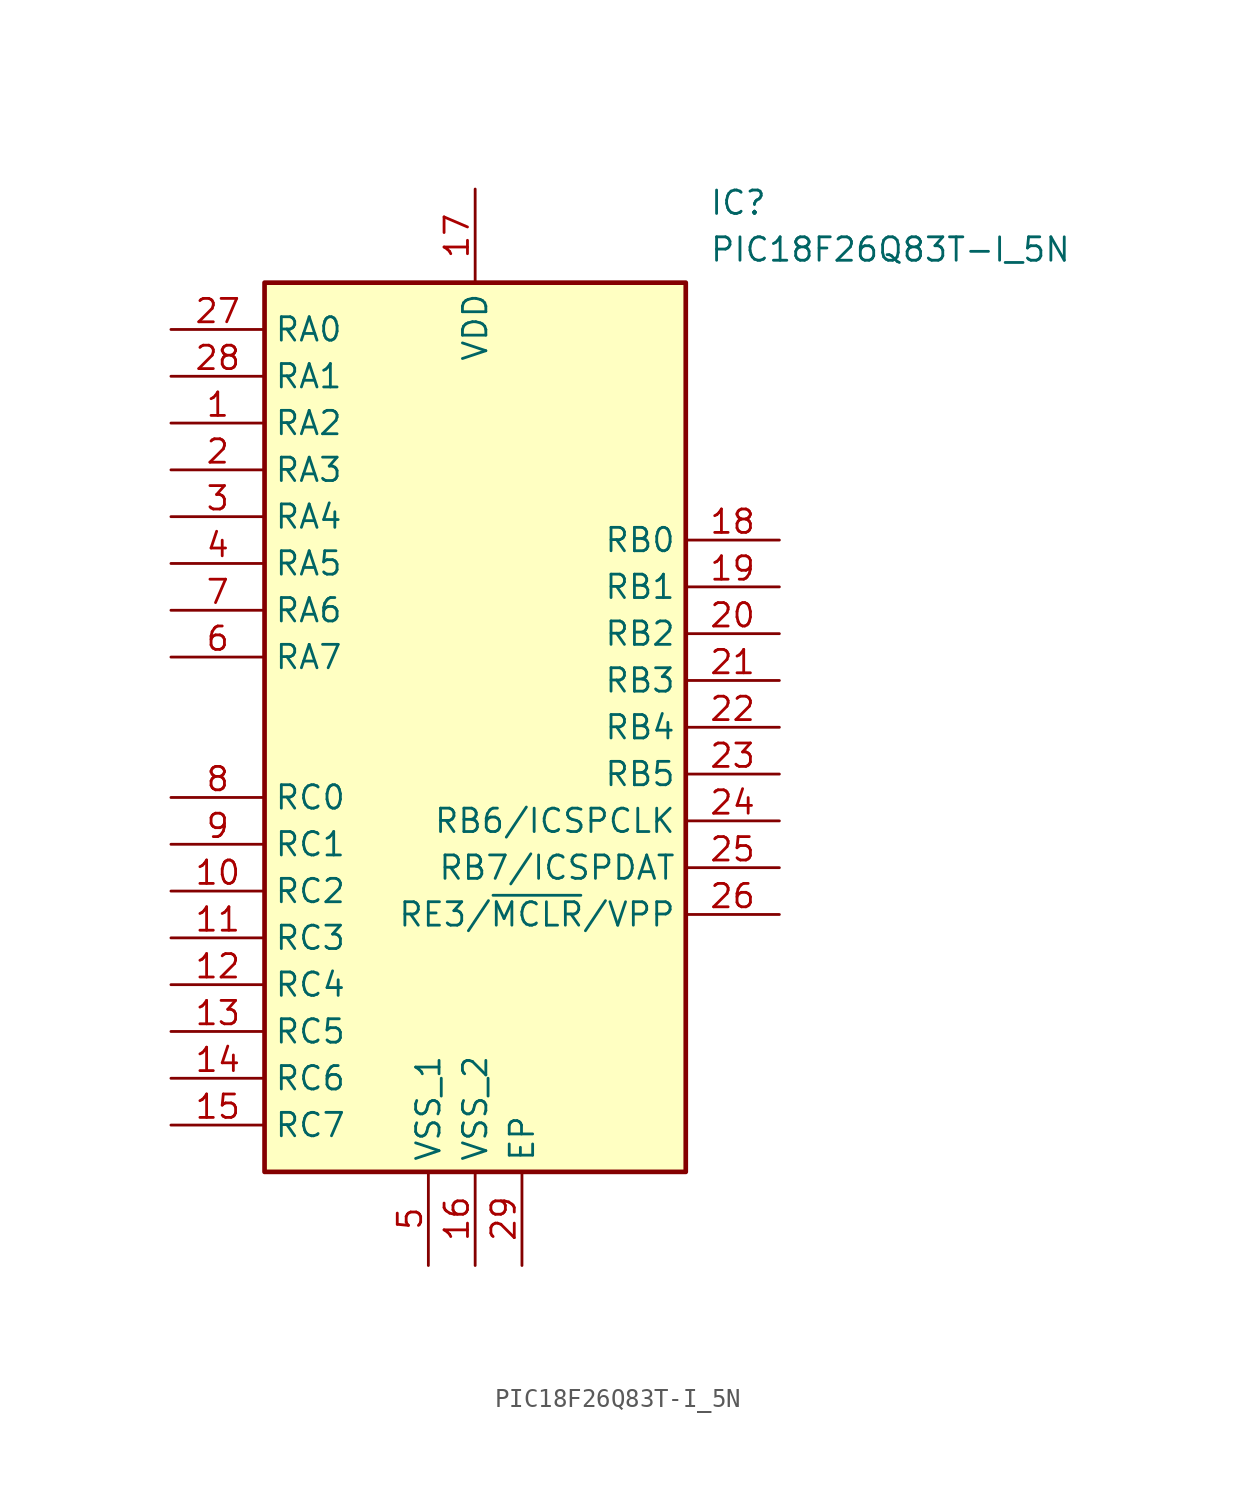
<source format=kicad_sym>
(kicad_symbol_lib
  (version 20241209)
  (generator "kicad_symbol_editor")
  (generator_version "9.0")
  (symbol "PIC18F26Q83T-I_5N"
    (property "Reference" "IC"
      (at 29.21 27.94 0)
      (effects (font (size 1.27 1.27)) (justify left top)))
    (property "Value" "PIC18F26Q83T-I_5N"
      (at 29.21 25.4 0)
      (effects (font (size 1.27 1.27)) (justify left top)))
    (symbol "PIC18F26Q83T-I_5N_1_1"
      (rectangle (start 5.08 22.86) (end 27.94 -25.4) (stroke (width 0.254) (type default)) (fill (type background)))
      (pin passive line (at 0 20.32 0) (length 5.08) (name "RA0" (effects (font (size 1.27 1.27)))) (number "27" (effects (font (size 1.27 1.27)))))
      (pin passive line (at 0 17.78 0) (length 5.08) (name "RA1" (effects (font (size 1.27 1.27)))) (number "28" (effects (font (size 1.27 1.27)))))
      (pin passive line (at 0 15.24 0) (length 5.08) (name "RA2" (effects (font (size 1.27 1.27)))) (number "1" (effects (font (size 1.27 1.27)))))
      (pin passive line (at 0 12.7 0) (length 5.08) (name "RA3" (effects (font (size 1.27 1.27)))) (number "2" (effects (font (size 1.27 1.27)))))
      (pin passive line (at 0 10.16 0) (length 5.08) (name "RA4" (effects (font (size 1.27 1.27)))) (number "3" (effects (font (size 1.27 1.27)))))
      (pin passive line (at 0 7.62 0) (length 5.08) (name "RA5" (effects (font (size 1.27 1.27)))) (number "4" (effects (font (size 1.27 1.27)))))
      (pin passive line (at 0 5.08 0) (length 5.08) (name "RA6" (effects (font (size 1.27 1.27)))) (number "7" (effects (font (size 1.27 1.27)))))
      (pin passive line (at 0 2.54 0) (length 5.08) (name "RA7" (effects (font (size 1.27 1.27)))) (number "6" (effects (font (size 1.27 1.27)))))
      (pin passive line (at 0 -5.08 0) (length 5.08) (name "RC0" (effects (font (size 1.27 1.27)))) (number "8" (effects (font (size 1.27 1.27)))))
      (pin passive line (at 0 -7.62 0) (length 5.08) (name "RC1" (effects (font (size 1.27 1.27)))) (number "9" (effects (font (size 1.27 1.27)))))
      (pin passive line (at 0 -10.16 0) (length 5.08) (name "RC2" (effects (font (size 1.27 1.27)))) (number "10" (effects (font (size 1.27 1.27)))))
      (pin passive line (at 0 -12.7 0) (length 5.08) (name "RC3" (effects (font (size 1.27 1.27)))) (number "11" (effects (font (size 1.27 1.27)))))
      (pin passive line (at 0 -15.24 0) (length 5.08) (name "RC4" (effects (font (size 1.27 1.27)))) (number "12" (effects (font (size 1.27 1.27)))))
      (pin passive line (at 0 -17.78 0) (length 5.08) (name "RC5" (effects (font (size 1.27 1.27)))) (number "13" (effects (font (size 1.27 1.27)))))
      (pin passive line (at 0 -20.32 0) (length 5.08) (name "RC6" (effects (font (size 1.27 1.27)))) (number "14" (effects (font (size 1.27 1.27)))))
      (pin passive line (at 0 -22.86 0) (length 5.08) (name "RC7" (effects (font (size 1.27 1.27)))) (number "15" (effects (font (size 1.27 1.27)))))
      (pin passive line (at 13.97 -30.48 90) (length 5.08) (name "VSS_1" (effects (font (size 1.27 1.27)))) (number "5" (effects (font (size 1.27 1.27)))))
      (pin passive line (at 16.51 27.94 270) (length 5.08) (name "VDD" (effects (font (size 1.27 1.27)))) (number "17" (effects (font (size 1.27 1.27)))))
      (pin passive line (at 16.51 -30.48 90) (length 5.08) (name "VSS_2" (effects (font (size 1.27 1.27)))) (number "16" (effects (font (size 1.27 1.27)))))
      (pin passive line (at 19.05 -30.48 90) (length 5.08) (name "EP" (effects (font (size 1.27 1.27)))) (number "29" (effects (font (size 1.27 1.27)))))
      (pin passive line (at 33.02 8.89 180) (length 5.08) (name "RB0" (effects (font (size 1.27 1.27)))) (number "18" (effects (font (size 1.27 1.27)))))
      (pin passive line (at 33.02 6.35 180) (length 5.08) (name "RB1" (effects (font (size 1.27 1.27)))) (number "19" (effects (font (size 1.27 1.27)))))
      (pin passive line (at 33.02 3.81 180) (length 5.08) (name "RB2" (effects (font (size 1.27 1.27)))) (number "20" (effects (font (size 1.27 1.27)))))
      (pin passive line (at 33.02 1.27 180) (length 5.08) (name "RB3" (effects (font (size 1.27 1.27)))) (number "21" (effects (font (size 1.27 1.27)))))
      (pin passive line (at 33.02 -1.27 180) (length 5.08) (name "RB4" (effects (font (size 1.27 1.27)))) (number "22" (effects (font (size 1.27 1.27)))))
      (pin passive line (at 33.02 -3.81 180) (length 5.08) (name "RB5" (effects (font (size 1.27 1.27)))) (number "23" (effects (font (size 1.27 1.27)))))
      (pin passive line (at 33.02 -6.35 180) (length 5.08) (name "RB6/ICSPCLK" (effects (font (size 1.27 1.27)))) (number "24" (effects (font (size 1.27 1.27)))))
      (pin passive line (at 33.02 -8.89 180) (length 5.08) (name "RB7/ICSPDAT" (effects (font (size 1.27 1.27)))) (number "25" (effects (font (size 1.27 1.27)))))
      (pin passive line (at 33.02 -11.43 180) (length 5.08) (name "RE3/~{MCLR}/VPP" (effects (font (size 1.27 1.27)))) (number "26" (effects (font (size 1.27 1.27))))))))
</source>
